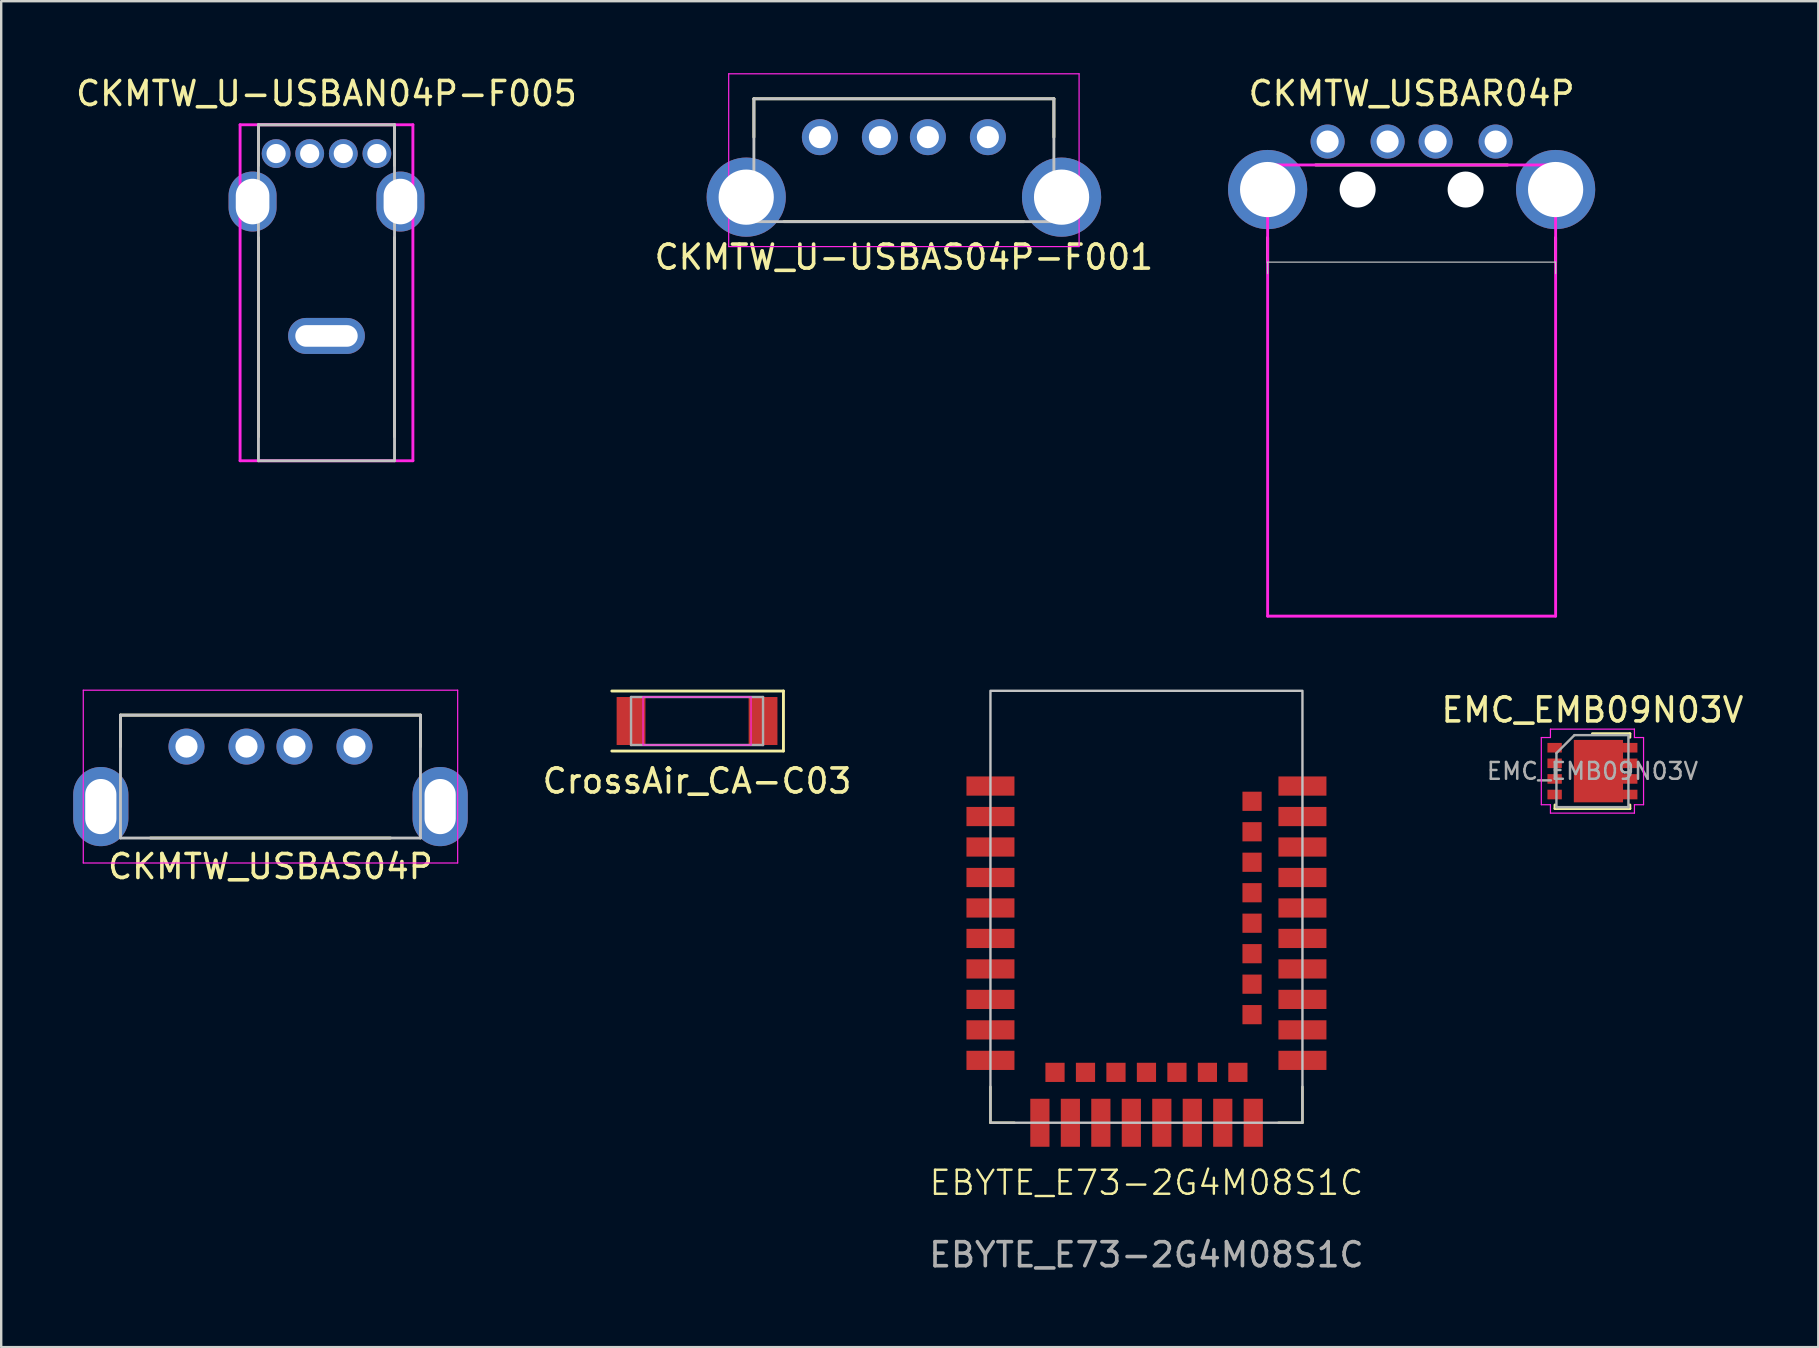
<source format=kicad_pcb>
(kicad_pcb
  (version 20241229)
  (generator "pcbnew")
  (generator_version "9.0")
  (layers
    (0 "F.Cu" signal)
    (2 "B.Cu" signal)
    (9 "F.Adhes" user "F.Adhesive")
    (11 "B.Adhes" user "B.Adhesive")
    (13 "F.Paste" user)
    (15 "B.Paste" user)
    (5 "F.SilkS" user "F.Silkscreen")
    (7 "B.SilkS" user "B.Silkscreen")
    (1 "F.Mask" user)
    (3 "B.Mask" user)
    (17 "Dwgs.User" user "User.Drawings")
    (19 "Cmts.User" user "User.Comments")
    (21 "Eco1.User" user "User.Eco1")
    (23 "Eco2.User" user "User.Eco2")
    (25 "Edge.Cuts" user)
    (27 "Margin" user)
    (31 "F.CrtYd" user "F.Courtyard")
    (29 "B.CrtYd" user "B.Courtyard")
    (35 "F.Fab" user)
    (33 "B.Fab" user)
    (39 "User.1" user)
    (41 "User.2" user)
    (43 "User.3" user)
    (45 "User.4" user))
  (footprint "CKMTW_U-USBAS04P-F001"
    (layer "F.Cu")
    (at 34.613 2.665)
    (property "Reference" "CKMTW_U-USBAS04P-F001" (at 0 5 0) (layer "F.SilkS") (effects (font (size 1 1) (thickness 0.15))))
    (attr through_hole)
    (fp_line (start -6.25 -1.6) (end 6.25 -1.6) (stroke (width 0.12) (type solid)) (layer "F.SilkS"))
    (fp_line (start -6.25 0) (end -6.25 -1.6) (stroke (width 0.12) (type solid)) (layer "F.SilkS"))
    (fp_line (start 5 3.52) (end -5 3.52) (stroke (width 0.12) (type solid)) (layer "F.SilkS"))
    (fp_line (start 6.25 -1.6) (end 6.25 0) (stroke (width 0.12) (type solid)) (layer "F.SilkS"))
    (fp_line (start -6.25 -1.6) (end -6.25 3.52) (stroke (width 0.12) (type solid)) (layer "Dwgs.User"))
    (fp_line (start -6.25 3.52) (end 6.25 3.52) (stroke (width 0.12) (type solid)) (layer "Dwgs.User"))
    (fp_line (start 6.25 -1.6) (end -6.25 -1.6) (stroke (width 0.12) (type solid)) (layer "Dwgs.User"))
    (fp_line (start 6.25 3.52) (end 6.25 -1.6) (stroke (width 0.12) (type solid)) (layer "Dwgs.User"))
    (fp_line (start -7.3 -2.64) (end -7.3 4.56) (stroke (width 0.05) (type solid)) (layer "F.CrtYd"))
    (fp_line (start -7.3 4.56) (end 7.3 4.56) (stroke (width 0.05) (type solid)) (layer "F.CrtYd"))
    (fp_line (start 7.3 -2.64) (end -7.3 -2.64) (stroke (width 0.05) (type solid)) (layer "F.CrtYd"))
    (fp_line (start 7.3 4.56) (end 7.3 -2.64) (stroke (width 0.05) (type solid)) (layer "F.CrtYd"))
    (pad "1" thru_hole circle (at -3.5 0) (size 1.5 1.5) (drill 0.92) (layers "*.Cu" "*.Mask"))
    (pad "2" thru_hole circle (at -1 0) (size 1.5 1.5) (drill 0.92) (layers "*.Cu" "*.Mask"))
    (pad "3" thru_hole circle (at 1 0) (size 1.5 1.5) (drill 0.92) (layers "*.Cu" "*.Mask"))
    (pad "4" thru_hole circle (at 3.5 0) (size 1.5 1.5) (drill 0.92) (layers "*.Cu" "*.Mask"))
    (pad "5" thru_hole circle (at -6.57 2.5) (size 3.3 3.3) (drill 2.3) (layers "*.Cu" "*.Mask"))
    (pad "5" thru_hole circle (at 6.57 2.5) (size 3.3 3.3) (drill 2.3) (layers "*.Cu" "*.Mask")))
  (footprint "CrossAir_CA-C03"
    (layer "F.Cu")
    (at 25.994 26.993)
    (property "Reference" "CrossAir_CA-C03" (at 0 2.5 0) (layer "F.SilkS") (effects (font (size 1 1) (thickness 0.15))))
    (attr through_hole)
    (fp_line (start -3.55 -1.25) (end 3.6 -1.25) (stroke (width 0.12) (type solid)) (layer "F.SilkS"))
    (fp_line (start 3.6 -1.25) (end 3.6 1.25) (stroke (width 0.12) (type solid)) (layer "F.SilkS"))
    (fp_line (start 3.6 1.25) (end -3.55 1.25) (stroke (width 0.12) (type solid)) (layer "F.SilkS"))
    (fp_line (start -2.25 -1) (end -2.25 1) (stroke (width 0.05) (type solid)) (layer "F.CrtYd"))
    (fp_line (start -2.25 1) (end 2.25 1) (stroke (width 0.05) (type solid)) (layer "F.CrtYd"))
    (fp_line (start 2.25 -1) (end -2.25 -1) (stroke (width 0.05) (type solid)) (layer "F.CrtYd"))
    (fp_line (start 2.25 1) (end 2.25 -1) (stroke (width 0.05) (type solid)) (layer "F.CrtYd"))
    (fp_line (start -2.75 -1) (end -2.75 1) (stroke (width 0.1) (type solid)) (layer "F.Fab"))
    (fp_line (start -2.75 1) (end 2.75 1) (stroke (width 0.1) (type solid)) (layer "F.Fab"))
    (fp_line (start 2.75 -1) (end -2.75 -1) (stroke (width 0.1) (type solid)) (layer "F.Fab"))
    (fp_line (start 2.75 1) (end 2.75 -1) (stroke (width 0.1) (type solid)) (layer "F.Fab"))
    (pad "" smd rect (at 2.75 0) (size 1.2 2) (layers "F.Cu" "F.Mask" "F.Paste"))
    (pad "1" smd rect (at -2.75 0) (size 1.2 2) (layers "F.Cu" "F.Mask" "F.Paste")))
  (footprint "CKMTW_USBAR04P"
    (layer "F.Cu")
    (at 55.769 4.848)
    (property "Reference" "CKMTW_USBAR04P" (at 0 -4 0) (layer "F.SilkS") (effects (font (size 1 1) (thickness 0.15))))
    (attr through_hole)
    (fp_line (start -6 3.025) (end -6 2) (stroke (width 0.12) (type solid)) (layer "F.SilkS"))
    (fp_line (start -4 -1.025) (end 4 -1.025) (stroke (width 0.12) (type solid)) (layer "F.SilkS"))
    (fp_line (start 6 2) (end 6 3.025) (stroke (width 0.12) (type solid)) (layer "F.SilkS"))
    (fp_line (start -6 3.025) (end 6 3.025) (stroke (width 0.05) (type solid)) (layer "Dwgs.User"))
    (fp_line (start -6 3.5) (end -6 3.025) (stroke (width 0.05) (type solid)) (layer "Dwgs.User"))
    (fp_line (start 6 3.5) (end 6 3.025) (stroke (width 0.05) (type solid)) (layer "Dwgs.User"))
    (fp_line (start -6 -1.025) (end 6 -1.025) (stroke (width 0.12) (type solid)) (layer "F.CrtYd"))
    (fp_line (start -6 17.775) (end -6 -1.025) (stroke (width 0.12) (type solid)) (layer "F.CrtYd"))
    (fp_line (start -6 17.775) (end 6 17.775) (stroke (width 0.12) (type solid)) (layer "F.CrtYd"))
    (fp_line (start 6 -1.025) (end 6 17.775) (stroke (width 0.12) (type solid)) (layer "F.CrtYd"))
    (pad "" np_thru_hole circle (at -2.25 0) (size 1.5 1.5) (drill 1.5) (layers "*.Cu" "*.Mask"))
    (pad "" np_thru_hole circle (at 2.25 0) (size 1.5 1.5) (drill 1.5) (layers "*.Cu" "*.Mask"))
    (pad "1" thru_hole circle (at 3.5 -2) (size 1.42 1.42) (drill 0.92) (layers "*.Cu" "*.Mask"))
    (pad "2" thru_hole circle (at 1 -2) (size 1.42 1.42) (drill 0.92) (layers "*.Cu" "*.Mask"))
    (pad "3" thru_hole circle (at -1 -2) (size 1.42 1.42) (drill 0.92) (layers "*.Cu" "*.Mask"))
    (pad "4" thru_hole circle (at -3.5 -2) (size 1.42 1.42) (drill 0.92) (layers "*.Cu" "*.Mask"))
    (pad "5" thru_hole circle (at -6 0) (size 3.3 3.3) (drill 2.3) (layers "*.Cu" "*.Mask"))
    (pad "5" thru_hole circle (at 6 0) (size 3.3 3.3) (drill 2.3) (layers "*.Cu" "*.Mask")))
  (footprint "EBYTE_E73-2G4M08S1C"
    (layer "F.Cu")
    (at 44.72 34.733)
    (property "Reference" "EBYTE_E73-2G4M08S1C" (at 0 11.5 0) (unlocked yes) (layer "F.SilkS") (effects (font (size 1 1) (thickness 0.1))))
    (attr smd)
    (fp_line (start -6.5 7.5) (end -6.5 9) (stroke (width 0.1) (type default)) (layer "F.SilkS"))
    (fp_line (start -6.5 9) (end -5.5 9) (stroke (width 0.1) (type default)) (layer "F.SilkS"))
    (fp_line (start 6.5 7.5) (end 6.5 9) (stroke (width 0.1) (type default)) (layer "F.SilkS"))
    (fp_line (start 6.5 9) (end 5.5 9) (stroke (width 0.1) (type default)) (layer "F.SilkS"))
    (fp_rect (start -6.5 -9) (end 6.5 9) (stroke (width 0.1) (type default)) (fill no) (layer "Dwgs.User"))
    (fp_text user "${REFERENCE}" (at 0 14.5 0) (unlocked yes) (layer "F.Fab") (effects (font (size 1 1) (thickness 0.15))))
    (pad "1" smd rect (at -6.5 -5.03) (size 2 0.8) (layers "F.Cu" "F.Mask" "F.Paste"))
    (pad "2" smd rect (at -6.5 -3.76) (size 2 0.8) (layers "F.Cu" "F.Mask" "F.Paste"))
    (pad "3" smd rect (at -6.5 -2.49) (size 2 0.8) (layers "F.Cu" "F.Mask" "F.Paste"))
    (pad "4" smd rect (at -6.5 -1.22) (size 2 0.8) (layers "F.Cu" "F.Mask" "F.Paste"))
    (pad "5" smd rect (at -6.5 0.05) (size 2 0.8) (layers "F.Cu" "F.Mask" "F.Paste"))
    (pad "6" smd rect (at -6.5 1.32) (size 2 0.8) (layers "F.Cu" "F.Mask" "F.Paste"))
    (pad "7" smd rect (at -6.5 2.59) (size 2 0.8) (layers "F.Cu" "F.Mask" "F.Paste"))
    (pad "8" smd rect (at -6.5 3.86) (size 2 0.8) (layers "F.Cu" "F.Mask" "F.Paste"))
    (pad "9" smd rect (at -6.5 5.13) (size 2 0.8) (layers "F.Cu" "F.Mask" "F.Paste"))
    (pad "10" smd rect (at -6.5 6.4) (size 2 0.8) (layers "F.Cu" "F.Mask" "F.Paste"))
    (pad "11" smd rect (at -4.44 9 90) (size 2 0.8) (layers "F.Cu" "F.Mask" "F.Paste"))
    (pad "12" smd rect (at -3.81 6.9 180) (size 0.8 0.8) (layers "F.Cu" "F.Mask" "F.Paste"))
    (pad "13" smd rect (at -3.17 9 90) (size 2 0.8) (layers "F.Cu" "F.Mask" "F.Paste"))
    (pad "14" smd rect (at -2.54 6.9 180) (size 0.8 0.8) (layers "F.Cu" "F.Mask" "F.Paste"))
    (pad "15" smd rect (at -1.9 9 90) (size 2 0.8) (layers "F.Cu" "F.Mask" "F.Paste"))
    (pad "16" smd rect (at -1.27 6.9 180) (size 0.8 0.8) (layers "F.Cu" "F.Mask" "F.Paste"))
    (pad "17" smd rect (at -0.63 9 90) (size 2 0.8) (layers "F.Cu" "F.Mask" "F.Paste"))
    (pad "18" smd rect (at 0 6.9 180) (size 0.8 0.8) (layers "F.Cu" "F.Mask" "F.Paste"))
    (pad "19" smd rect (at 0.64 9 90) (size 2 0.8) (layers "F.Cu" "F.Mask" "F.Paste"))
    (pad "20" smd rect (at 1.27 6.9 180) (size 0.8 0.8) (layers "F.Cu" "F.Mask" "F.Paste"))
    (pad "21" smd rect (at 1.91 9 90) (size 2 0.8) (layers "F.Cu" "F.Mask" "F.Paste"))
    (pad "22" smd rect (at 2.54 6.9 180) (size 0.8 0.8) (layers "F.Cu" "F.Mask" "F.Paste"))
    (pad "23" smd rect (at 3.18 9 90) (size 2 0.8) (layers "F.Cu" "F.Mask" "F.Paste"))
    (pad "24" smd rect (at 3.81 6.9 180) (size 0.8 0.8) (layers "F.Cu" "F.Mask" "F.Paste"))
    (pad "25" smd rect (at 4.45 9 90) (size 2 0.8) (layers "F.Cu" "F.Mask" "F.Paste"))
    (pad "26" smd rect (at 6.5 6.4 180) (size 2 0.8) (layers "F.Cu" "F.Mask" "F.Paste"))
    (pad "27" smd rect (at 6.5 5.13 180) (size 2 0.8) (layers "F.Cu" "F.Mask" "F.Paste"))
    (pad "28" smd rect (at 4.4 4.495 180) (size 0.8 0.8) (layers "F.Cu" "F.Mask" "F.Paste"))
    (pad "29" smd rect (at 6.5 3.86 180) (size 2 0.8) (layers "F.Cu" "F.Mask" "F.Paste"))
    (pad "30" smd rect (at 4.4 3.225 180) (size 0.8 0.8) (layers "F.Cu" "F.Mask" "F.Paste"))
    (pad "31" smd rect (at 6.5 2.59 180) (size 2 0.8) (layers "F.Cu" "F.Mask" "F.Paste"))
    (pad "32" smd rect (at 4.4 1.955 180) (size 0.8 0.8) (layers "F.Cu" "F.Mask" "F.Paste"))
    (pad "33" smd rect (at 6.5 1.32 180) (size 2 0.8) (layers "F.Cu" "F.Mask" "F.Paste"))
    (pad "34" smd rect (at 4.4 0.685 180) (size 0.8 0.8) (layers "F.Cu" "F.Mask" "F.Paste"))
    (pad "35" smd rect (at 6.5 0.05 180) (size 2 0.8) (layers "F.Cu" "F.Mask" "F.Paste"))
    (pad "36" smd rect (at 4.4 -0.585 180) (size 0.8 0.8) (layers "F.Cu" "F.Mask" "F.Paste"))
    (pad "37" smd rect (at 6.5 -1.22 180) (size 2 0.8) (layers "F.Cu" "F.Mask" "F.Paste"))
    (pad "38" smd rect (at 4.4 -1.855 180) (size 0.8 0.8) (layers "F.Cu" "F.Mask" "F.Paste"))
    (pad "39" smd rect (at 6.5 -2.49 180) (size 2 0.8) (layers "F.Cu" "F.Mask" "F.Paste"))
    (pad "40" smd rect (at 4.4 -3.125 180) (size 0.8 0.8) (layers "F.Cu" "F.Mask" "F.Paste"))
    (pad "41" smd rect (at 6.5 -3.76 180) (size 2 0.8) (layers "F.Cu" "F.Mask" "F.Paste"))
    (pad "42" smd rect (at 4.4 -4.395 180) (size 0.8 0.8) (layers "F.Cu" "F.Mask" "F.Paste"))
    (pad "43" smd rect (at 6.5 -5.03 180) (size 2 0.8) (layers "F.Cu" "F.Mask" "F.Paste")))
  (footprint "EMC_EMB09N03V"
    (layer "F.Cu")
    (at 63.303 29.081)
    (property "Reference" "EMC_EMB09N03V" (at 0 -2.55 0) (layer "F.SilkS") (effects (font (size 1 1) (thickness 0.15))))
    (attr smd)
    (fp_line (start -1.56 1.56) (end -1.56 1.41) (stroke (width 0.12) (type solid)) (layer "F.SilkS"))
    (fp_line (start -1.56 1.56) (end 1.56 1.56) (stroke (width 0.12) (type solid)) (layer "F.SilkS"))
    (fp_line (start 0 -1.56) (end 1.56 -1.56) (stroke (width 0.12) (type solid)) (layer "F.SilkS"))
    (fp_line (start 1.56 -1.56) (end 1.56 -1.41) (stroke (width 0.12) (type solid)) (layer "F.SilkS"))
    (fp_line (start 1.56 1.56) (end 1.56 1.41) (stroke (width 0.12) (type solid)) (layer "F.SilkS"))
    (fp_line (start -2.13 -1.4) (end -2.13 1.4) (stroke (width 0.05) (type solid)) (layer "F.CrtYd"))
    (fp_line (start -1.75 -1.75) (end -1.75 -1.4) (stroke (width 0.05) (type solid)) (layer "F.CrtYd"))
    (fp_line (start -1.75 -1.75) (end 1.75 -1.75) (stroke (width 0.05) (type solid)) (layer "F.CrtYd"))
    (fp_line (start -1.75 -1.4) (end -2.13 -1.4) (stroke (width 0.05) (type solid)) (layer "F.CrtYd"))
    (fp_line (start -1.75 1.4) (end -2.13 1.4) (stroke (width 0.05) (type solid)) (layer "F.CrtYd"))
    (fp_line (start -1.75 1.75) (end -1.75 1.4) (stroke (width 0.05) (type solid)) (layer "F.CrtYd"))
    (fp_line (start -1.75 1.75) (end 1.75 1.75) (stroke (width 0.05) (type solid)) (layer "F.CrtYd"))
    (fp_line (start 1.75 -1.75) (end 1.75 -1.4) (stroke (width 0.05) (type solid)) (layer "F.CrtYd"))
    (fp_line (start 1.75 -1.4) (end 2.13 -1.4) (stroke (width 0.05) (type solid)) (layer "F.CrtYd"))
    (fp_line (start 1.75 1.4) (end 2.13 1.4) (stroke (width 0.05) (type solid)) (layer "F.CrtYd"))
    (fp_line (start 1.75 1.75) (end 1.75 1.4) (stroke (width 0.05) (type solid)) (layer "F.CrtYd"))
    (fp_line (start 2.13 -1.4) (end 2.13 1.4) (stroke (width 0.05) (type solid)) (layer "F.CrtYd"))
    (fp_line (start -1.5 -0.75) (end -0.75 -1.5) (stroke (width 0.1) (type solid)) (layer "F.Fab"))
    (fp_line (start -1.5 1.5) (end -1.5 -0.75) (stroke (width 0.1) (type solid)) (layer "F.Fab"))
    (fp_line (start -0.75 -1.5) (end 1.5 -1.5) (stroke (width 0.1) (type solid)) (layer "F.Fab"))
    (fp_line (start 1.5 -1.5) (end 1.5 1.5) (stroke (width 0.1) (type solid)) (layer "F.Fab"))
    (fp_line (start 1.5 1.5) (end -1.5 1.5) (stroke (width 0.1) (type solid)) (layer "F.Fab"))
    (fp_text user "${REFERENCE}" (at 0 0 0) (layer "F.Fab") (effects (font (size 0.7 0.7) (thickness 0.105))))
    (pad "" smd rect (at -0.388 -0.6) (size 0.6 1) (layers "F.Paste"))
    (pad "" smd rect (at -0.388 0.6) (size 0.6 1) (layers "F.Paste"))
    (pad "" smd rect (at 0.388 -0.6) (size 0.6 1) (layers "F.Paste"))
    (pad "" smd rect (at 0.388 0.6) (size 0.6 1) (layers "F.Paste"))
    (pad "1" smd rect (at -1.575 -0.975) (size 0.6 0.4) (layers "F.Cu" "F.Mask" "F.Paste"))
    (pad "1" smd rect (at -1.575 -0.325) (size 0.6 0.4) (layers "F.Cu" "F.Mask" "F.Paste"))
    (pad "1" smd rect (at -1.575 0.325) (size 0.6 0.4) (layers "F.Cu" "F.Mask" "F.Paste"))
    (pad "2" smd rect (at -1.575 0.975) (size 0.6 0.4) (layers "F.Cu" "F.Mask" "F.Paste"))
    (pad "3" smd rect (at 0.25 0) (size 2.05 2.6) (layers "F.Cu" "F.Mask"))
    (pad "3" smd rect (at 1.575 -0.975) (size 0.6 0.4) (layers "F.Cu" "F.Mask" "F.Paste"))
    (pad "3" smd rect (at 1.575 -0.325) (size 0.6 0.4) (layers "F.Cu" "F.Mask" "F.Paste"))
    (pad "3" smd rect (at 1.575 0.325) (size 0.6 0.4) (layers "F.Cu" "F.Mask" "F.Paste"))
    (pad "3" smd rect (at 1.575 0.975) (size 0.6 0.4) (layers "F.Cu" "F.Mask" "F.Paste")))
  (footprint "CKMTW_USBAS04P"
    (layer "F.Cu")
    (at 8.22 28.058)
    (property "Reference" "CKMTW_USBAS04P" (at 0 5 0) (layer "F.SilkS") (effects (font (size 1 1) (thickness 0.15))))
    (attr through_hole)
    (fp_line (start -6.25 -1.31) (end 6.25 -1.31) (stroke (width 0.12) (type solid)) (layer "F.SilkS"))
    (fp_line (start -6.25 0) (end -6.25 -1.31) (stroke (width 0.12) (type solid)) (layer "F.SilkS"))
    (fp_line (start 5 3.81) (end -5 3.81) (stroke (width 0.12) (type solid)) (layer "F.SilkS"))
    (fp_line (start 6.25 -1.31) (end 6.25 0) (stroke (width 0.12) (type solid)) (layer "F.SilkS"))
    (fp_line (start -6.25 -1.31) (end -6.25 3.81) (stroke (width 0.12) (type solid)) (layer "Dwgs.User"))
    (fp_line (start -6.25 3.81) (end 6.25 3.81) (stroke (width 0.12) (type solid)) (layer "Dwgs.User"))
    (fp_line (start 6.25 -1.31) (end -6.25 -1.31) (stroke (width 0.12) (type solid)) (layer "Dwgs.User"))
    (fp_line (start 6.25 3.81) (end 6.25 -1.31) (stroke (width 0.12) (type solid)) (layer "Dwgs.User"))
    (fp_line (start -7.8 -2.35) (end -7.8 4.85) (stroke (width 0.05) (type solid)) (layer "F.CrtYd"))
    (fp_line (start -7.8 4.85) (end 7.8 4.85) (stroke (width 0.05) (type solid)) (layer "F.CrtYd"))
    (fp_line (start 7.8 -2.35) (end -7.8 -2.35) (stroke (width 0.05) (type solid)) (layer "F.CrtYd"))
    (fp_line (start 7.8 4.85) (end 7.8 -2.35) (stroke (width 0.05) (type solid)) (layer "F.CrtYd"))
    (pad "1" thru_hole circle (at -3.5 0) (size 1.5 1.5) (drill 0.92) (layers "*.Cu" "*.Mask"))
    (pad "2" thru_hole circle (at -1 0) (size 1.5 1.5) (drill 0.92) (layers "*.Cu" "*.Mask"))
    (pad "3" thru_hole circle (at 1 0) (size 1.5 1.5) (drill 0.92) (layers "*.Cu" "*.Mask"))
    (pad "4" thru_hole circle (at 3.5 0) (size 1.5 1.5) (drill 0.92) (layers "*.Cu" "*.Mask"))
    (pad "5" thru_hole oval (at -7.07 2.5) (size 2.3 3.3) (drill oval 1.3 2.3) (layers "*.Cu" "*.Mask"))
    (pad "5" thru_hole oval (at 7.07 2.5) (size 2.3 3.3) (drill oval 1.3 2.3) (layers "*.Cu" "*.Mask")))
  (footprint "CKMTW_U-USBAN04P-F005"
    (layer "F.Cu")
    (at 10.554 3.348)
    (property "Reference" "CKMTW_U-USBAN04P-F005" (at 0 -2.5 0) (unlocked yes) (layer "F.SilkS") (effects (font (size 1 1) (thickness 0.15))))
    (attr through_hole)
    (fp_line (start -2.835 -1.2) (end 2.835 -1.2) (stroke (width 0.12) (type solid)) (layer "F.SilkS"))
    (fp_line (start -2.835 0.5) (end -2.835 -1.2) (stroke (width 0.12) (type solid)) (layer "F.SilkS"))
    (fp_line (start -2.835 3.5) (end -2.835 11.8) (stroke (width 0.12) (type solid)) (layer "F.SilkS"))
    (fp_line (start 2.835 -1.2) (end 2.835 0.5) (stroke (width 0.12) (type solid)) (layer "F.SilkS"))
    (fp_line (start 2.835 3.5) (end 2.835 11.8) (stroke (width 0.12) (type solid)) (layer "F.SilkS"))
    (fp_line (start -2.835 -1.2) (end -2.835 12.8) (stroke (width 0.12) (type solid)) (layer "Dwgs.User"))
    (fp_line (start -2.835 12.8) (end 2.835 12.8) (stroke (width 0.12) (type solid)) (layer "Dwgs.User"))
    (fp_line (start 2.835 -1.2) (end -2.835 -1.2) (stroke (width 0.12) (type solid)) (layer "Dwgs.User"))
    (fp_line (start 2.835 12.8) (end 2.835 -1.2) (stroke (width 0.12) (type solid)) (layer "Dwgs.User"))
    (fp_line (start -3.6 -1.2) (end -3.6 12.8) (stroke (width 0.12) (type solid)) (layer "F.CrtYd"))
    (fp_line (start -3.6 12.8) (end 3.6 12.8) (stroke (width 0.12) (type solid)) (layer "F.CrtYd"))
    (fp_line (start 3.6 -1.2) (end -3.6 -1.2) (stroke (width 0.12) (type solid)) (layer "F.CrtYd"))
    (fp_line (start 3.6 12.8) (end 3.6 -1.2) (stroke (width 0.12) (type solid)) (layer "F.CrtYd"))
    (pad "1" thru_hole circle (at 2.1 0) (size 1.2 1.2) (drill 0.8) (layers "*.Cu" "*.Mask"))
    (pad "2" thru_hole circle (at 0.7 0) (size 1.2 1.2) (drill 0.8) (layers "*.Cu" "*.Mask"))
    (pad "3" thru_hole circle (at -0.7 0) (size 1.2 1.2) (drill 0.8) (layers "*.Cu" "*.Mask"))
    (pad "4" thru_hole circle (at -2.1 0) (size 1.2 1.2) (drill 0.8) (layers "*.Cu" "*.Mask"))
    (pad "5" thru_hole oval (at -3.08 2) (size 2 2.5) (drill oval 1.4 1.9) (layers "*.Cu" "*.Mask"))
    (pad "5" thru_hole oval (at 0 7.6) (size 3.2 1.5) (drill oval 2.6 0.9) (layers "*.Cu" "*.Mask"))
    (pad "5" thru_hole oval (at 3.08 2) (size 2 2.5) (drill oval 1.4 1.9) (layers "*.Cu" "*.Mask")))
  (gr_rect
    (start -3 -3)
    (end 72.714 53.081)
    (stroke (width 0.1) (type default))
    (fill no)
    (layer "Edge.Cuts")))
</source>
